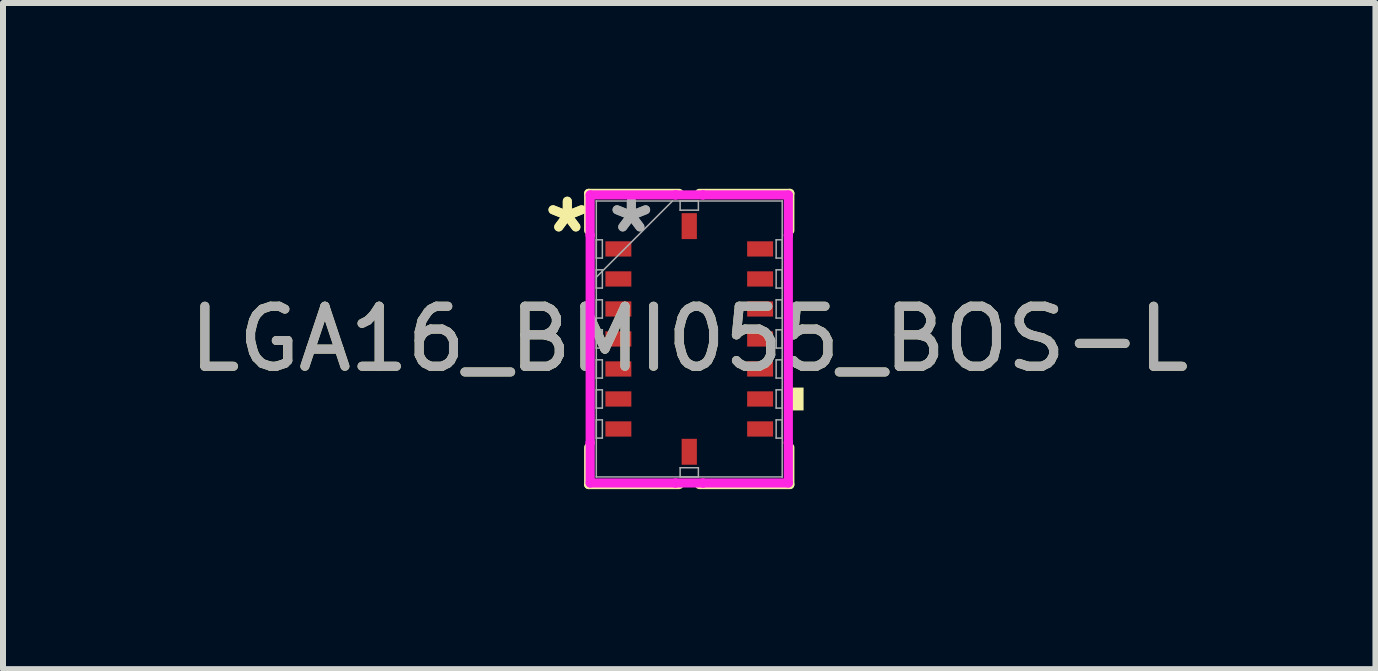
<source format=kicad_pcb>
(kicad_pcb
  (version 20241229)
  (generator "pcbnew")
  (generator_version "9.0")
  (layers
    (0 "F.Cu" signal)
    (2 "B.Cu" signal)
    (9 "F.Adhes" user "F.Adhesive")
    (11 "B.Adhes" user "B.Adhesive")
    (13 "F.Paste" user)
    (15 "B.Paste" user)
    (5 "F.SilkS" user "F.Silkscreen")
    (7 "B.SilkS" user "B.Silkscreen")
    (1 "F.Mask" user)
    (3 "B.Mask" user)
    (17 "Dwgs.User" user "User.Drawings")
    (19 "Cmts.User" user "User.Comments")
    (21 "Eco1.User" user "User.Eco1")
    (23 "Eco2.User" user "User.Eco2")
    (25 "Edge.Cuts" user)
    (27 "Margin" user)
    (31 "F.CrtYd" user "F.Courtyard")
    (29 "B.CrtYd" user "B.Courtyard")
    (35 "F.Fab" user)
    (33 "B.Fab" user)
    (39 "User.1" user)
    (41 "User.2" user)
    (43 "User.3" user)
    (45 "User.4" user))
  (footprint "LGA16_BMI055_BOS-L"
    (layer "F.Cu")
    (at 8.435 2.598)
    (property "Reference" "LGA16_BMI055_BOS-L" (at 0 0 0) (unlocked yes) (layer "F.SilkS") (effects (font (size 1 1) (thickness 0.15))))
    (attr smd)
    (fp_line (start -1.676 -2.426) (end -1.676 -1.808) (stroke (width 0.152) (type solid)) (layer "F.SilkS"))
    (fp_line (start -1.676 1.808) (end -1.676 2.426) (stroke (width 0.152) (type solid)) (layer "F.SilkS"))
    (fp_line (start -1.676 2.426) (end -0.168 2.426) (stroke (width 0.152) (type solid)) (layer "F.SilkS"))
    (fp_line (start -0.168 -2.426) (end -1.676 -2.426) (stroke (width 0.152) (type solid)) (layer "F.SilkS"))
    (fp_line (start 0.168 2.426) (end 1.676 2.426) (stroke (width 0.152) (type solid)) (layer "F.SilkS"))
    (fp_line (start 1.676 -2.426) (end 0.168 -2.426) (stroke (width 0.152) (type solid)) (layer "F.SilkS"))
    (fp_line (start 1.676 -1.808) (end 1.676 -2.426) (stroke (width 0.152) (type solid)) (layer "F.SilkS"))
    (fp_line (start 1.676 2.426) (end 1.676 1.808) (stroke (width 0.152) (type solid)) (layer "F.SilkS"))
    (fp_poly (pts (xy 1.905 0.81) (xy 1.905 1.191) (xy 1.651 1.191) (xy 1.651 0.81)) (stroke (width 0) (type solid)) (fill yes) (layer "F.SilkS"))
    (fp_line (start -1.651 -2.4) (end -0.229 -2.4) (stroke (width 0.152) (type solid)) (layer "F.CrtYd"))
    (fp_line (start -1.651 -1.729) (end -1.651 -2.4) (stroke (width 0.152) (type solid)) (layer "F.CrtYd"))
    (fp_line (start -1.651 -1.729) (end -1.651 -1.729) (stroke (width 0.152) (type solid)) (layer "F.CrtYd"))
    (fp_line (start -1.651 1.729) (end -1.651 -1.729) (stroke (width 0.152) (type solid)) (layer "F.CrtYd"))
    (fp_line (start -1.651 1.729) (end -1.651 1.729) (stroke (width 0.152) (type solid)) (layer "F.CrtYd"))
    (fp_line (start -1.651 2.4) (end -1.651 1.729) (stroke (width 0.152) (type solid)) (layer "F.CrtYd"))
    (fp_line (start -0.229 -2.4) (end -0.229 -2.4) (stroke (width 0.152) (type solid)) (layer "F.CrtYd"))
    (fp_line (start -0.229 -2.4) (end 0.229 -2.4) (stroke (width 0.152) (type solid)) (layer "F.CrtYd"))
    (fp_line (start -0.229 2.4) (end -1.651 2.4) (stroke (width 0.152) (type solid)) (layer "F.CrtYd"))
    (fp_line (start -0.229 2.4) (end -0.229 2.4) (stroke (width 0.152) (type solid)) (layer "F.CrtYd"))
    (fp_line (start 0.229 -2.4) (end 0.229 -2.4) (stroke (width 0.152) (type solid)) (layer "F.CrtYd"))
    (fp_line (start 0.229 -2.4) (end 1.651 -2.4) (stroke (width 0.152) (type solid)) (layer "F.CrtYd"))
    (fp_line (start 0.229 2.4) (end -0.229 2.4) (stroke (width 0.152) (type solid)) (layer "F.CrtYd"))
    (fp_line (start 0.229 2.4) (end 0.229 2.4) (stroke (width 0.152) (type solid)) (layer "F.CrtYd"))
    (fp_line (start 1.651 -2.4) (end 1.651 -1.729) (stroke (width 0.152) (type solid)) (layer "F.CrtYd"))
    (fp_line (start 1.651 -1.729) (end 1.651 -1.729) (stroke (width 0.152) (type solid)) (layer "F.CrtYd"))
    (fp_line (start 1.651 -1.729) (end 1.651 1.729) (stroke (width 0.152) (type solid)) (layer "F.CrtYd"))
    (fp_line (start 1.651 1.729) (end 1.651 1.729) (stroke (width 0.152) (type solid)) (layer "F.CrtYd"))
    (fp_line (start 1.651 1.729) (end 1.651 2.4) (stroke (width 0.152) (type solid)) (layer "F.CrtYd"))
    (fp_line (start 1.651 2.4) (end 0.229 2.4) (stroke (width 0.152) (type solid)) (layer "F.CrtYd"))
    (fp_line (start -1.549 -2.299) (end -1.549 -2.299) (stroke (width 0.025) (type solid)) (layer "F.Fab"))
    (fp_line (start -1.549 -2.299) (end -1.549 2.299) (stroke (width 0.025) (type solid)) (layer "F.Fab"))
    (fp_line (start -1.549 -1.652) (end -1.448 -1.652) (stroke (width 0.025) (type solid)) (layer "F.Fab"))
    (fp_line (start -1.549 -1.348) (end -1.549 -1.652) (stroke (width 0.025) (type solid)) (layer "F.Fab"))
    (fp_line (start -1.549 -1.152) (end -1.448 -1.152) (stroke (width 0.025) (type solid)) (layer "F.Fab"))
    (fp_line (start -1.549 -1.029) (end -0.279 -2.299) (stroke (width 0.025) (type solid)) (layer "F.Fab"))
    (fp_line (start -1.549 -0.848) (end -1.549 -1.152) (stroke (width 0.025) (type solid)) (layer "F.Fab"))
    (fp_line (start -1.549 -0.652) (end -1.448 -0.652) (stroke (width 0.025) (type solid)) (layer "F.Fab"))
    (fp_line (start -1.549 -0.348) (end -1.549 -0.652) (stroke (width 0.025) (type solid)) (layer "F.Fab"))
    (fp_line (start -1.549 -0.152) (end -1.448 -0.152) (stroke (width 0.025) (type solid)) (layer "F.Fab"))
    (fp_line (start -1.549 0.152) (end -1.549 -0.152) (stroke (width 0.025) (type solid)) (layer "F.Fab"))
    (fp_line (start -1.549 0.348) (end -1.448 0.348) (stroke (width 0.025) (type solid)) (layer "F.Fab"))
    (fp_line (start -1.549 0.652) (end -1.549 0.348) (stroke (width 0.025) (type solid)) (layer "F.Fab"))
    (fp_line (start -1.549 0.848) (end -1.448 0.848) (stroke (width 0.025) (type solid)) (layer "F.Fab"))
    (fp_line (start -1.549 1.152) (end -1.549 0.848) (stroke (width 0.025) (type solid)) (layer "F.Fab"))
    (fp_line (start -1.549 1.348) (end -1.448 1.348) (stroke (width 0.025) (type solid)) (layer "F.Fab"))
    (fp_line (start -1.549 1.652) (end -1.549 1.348) (stroke (width 0.025) (type solid)) (layer "F.Fab"))
    (fp_line (start -1.549 2.299) (end -1.549 2.299) (stroke (width 0.025) (type solid)) (layer "F.Fab"))
    (fp_line (start -1.549 2.299) (end 1.549 2.299) (stroke (width 0.025) (type solid)) (layer "F.Fab"))
    (fp_line (start -1.448 -1.652) (end -1.448 -1.348) (stroke (width 0.025) (type solid)) (layer "F.Fab"))
    (fp_line (start -1.448 -1.348) (end -1.549 -1.348) (stroke (width 0.025) (type solid)) (layer "F.Fab"))
    (fp_line (start -1.448 -1.152) (end -1.448 -0.848) (stroke (width 0.025) (type solid)) (layer "F.Fab"))
    (fp_line (start -1.448 -0.848) (end -1.549 -0.848) (stroke (width 0.025) (type solid)) (layer "F.Fab"))
    (fp_line (start -1.448 -0.652) (end -1.448 -0.348) (stroke (width 0.025) (type solid)) (layer "F.Fab"))
    (fp_line (start -1.448 -0.348) (end -1.549 -0.348) (stroke (width 0.025) (type solid)) (layer "F.Fab"))
    (fp_line (start -1.448 -0.152) (end -1.448 0.152) (stroke (width 0.025) (type solid)) (layer "F.Fab"))
    (fp_line (start -1.448 0.152) (end -1.549 0.152) (stroke (width 0.025) (type solid)) (layer "F.Fab"))
    (fp_line (start -1.448 0.348) (end -1.448 0.652) (stroke (width 0.025) (type solid)) (layer "F.Fab"))
    (fp_line (start -1.448 0.652) (end -1.549 0.652) (stroke (width 0.025) (type solid)) (layer "F.Fab"))
    (fp_line (start -1.448 0.848) (end -1.448 1.152) (stroke (width 0.025) (type solid)) (layer "F.Fab"))
    (fp_line (start -1.448 1.152) (end -1.549 1.152) (stroke (width 0.025) (type solid)) (layer "F.Fab"))
    (fp_line (start -1.448 1.348) (end -1.448 1.652) (stroke (width 0.025) (type solid)) (layer "F.Fab"))
    (fp_line (start -1.448 1.652) (end -1.549 1.652) (stroke (width 0.025) (type solid)) (layer "F.Fab"))
    (fp_line (start -0.152 -2.299) (end 0.152 -2.299) (stroke (width 0.025) (type solid)) (layer "F.Fab"))
    (fp_line (start -0.152 -2.146) (end -0.152 -2.299) (stroke (width 0.025) (type solid)) (layer "F.Fab"))
    (fp_line (start -0.152 2.146) (end 0.152 2.146) (stroke (width 0.025) (type solid)) (layer "F.Fab"))
    (fp_line (start -0.152 2.299) (end -0.152 2.146) (stroke (width 0.025) (type solid)) (layer "F.Fab"))
    (fp_line (start 0.152 -2.299) (end 0.152 -2.146) (stroke (width 0.025) (type solid)) (layer "F.Fab"))
    (fp_line (start 0.152 -2.146) (end -0.152 -2.146) (stroke (width 0.025) (type solid)) (layer "F.Fab"))
    (fp_line (start 0.152 2.146) (end 0.152 2.299) (stroke (width 0.025) (type solid)) (layer "F.Fab"))
    (fp_line (start 0.152 2.299) (end -0.152 2.299) (stroke (width 0.025) (type solid)) (layer "F.Fab"))
    (fp_line (start 1.448 -1.652) (end 1.549 -1.652) (stroke (width 0.025) (type solid)) (layer "F.Fab"))
    (fp_line (start 1.448 -1.348) (end 1.448 -1.652) (stroke (width 0.025) (type solid)) (layer "F.Fab"))
    (fp_line (start 1.448 -1.152) (end 1.549 -1.152) (stroke (width 0.025) (type solid)) (layer "F.Fab"))
    (fp_line (start 1.448 -0.848) (end 1.448 -1.152) (stroke (width 0.025) (type solid)) (layer "F.Fab"))
    (fp_line (start 1.448 -0.652) (end 1.549 -0.652) (stroke (width 0.025) (type solid)) (layer "F.Fab"))
    (fp_line (start 1.448 -0.348) (end 1.448 -0.652) (stroke (width 0.025) (type solid)) (layer "F.Fab"))
    (fp_line (start 1.448 -0.152) (end 1.549 -0.152) (stroke (width 0.025) (type solid)) (layer "F.Fab"))
    (fp_line (start 1.448 0.152) (end 1.448 -0.152) (stroke (width 0.025) (type solid)) (layer "F.Fab"))
    (fp_line (start 1.448 0.348) (end 1.549 0.348) (stroke (width 0.025) (type solid)) (layer "F.Fab"))
    (fp_line (start 1.448 0.652) (end 1.448 0.348) (stroke (width 0.025) (type solid)) (layer "F.Fab"))
    (fp_line (start 1.448 0.848) (end 1.549 0.848) (stroke (width 0.025) (type solid)) (layer "F.Fab"))
    (fp_line (start 1.448 1.152) (end 1.448 0.848) (stroke (width 0.025) (type solid)) (layer "F.Fab"))
    (fp_line (start 1.448 1.348) (end 1.549 1.348) (stroke (width 0.025) (type solid)) (layer "F.Fab"))
    (fp_line (start 1.448 1.652) (end 1.448 1.348) (stroke (width 0.025) (type solid)) (layer "F.Fab"))
    (fp_line (start 1.549 -2.299) (end -1.549 -2.299) (stroke (width 0.025) (type solid)) (layer "F.Fab"))
    (fp_line (start 1.549 -2.299) (end 1.549 -2.299) (stroke (width 0.025) (type solid)) (layer "F.Fab"))
    (fp_line (start 1.549 -1.652) (end 1.549 -1.348) (stroke (width 0.025) (type solid)) (layer "F.Fab"))
    (fp_line (start 1.549 -1.348) (end 1.448 -1.348) (stroke (width 0.025) (type solid)) (layer "F.Fab"))
    (fp_line (start 1.549 -1.152) (end 1.549 -0.848) (stroke (width 0.025) (type solid)) (layer "F.Fab"))
    (fp_line (start 1.549 -0.848) (end 1.448 -0.848) (stroke (width 0.025) (type solid)) (layer "F.Fab"))
    (fp_line (start 1.549 -0.652) (end 1.549 -0.348) (stroke (width 0.025) (type solid)) (layer "F.Fab"))
    (fp_line (start 1.549 -0.348) (end 1.448 -0.348) (stroke (width 0.025) (type solid)) (layer "F.Fab"))
    (fp_line (start 1.549 -0.152) (end 1.549 0.152) (stroke (width 0.025) (type solid)) (layer "F.Fab"))
    (fp_line (start 1.549 0.152) (end 1.448 0.152) (stroke (width 0.025) (type solid)) (layer "F.Fab"))
    (fp_line (start 1.549 0.348) (end 1.549 0.652) (stroke (width 0.025) (type solid)) (layer "F.Fab"))
    (fp_line (start 1.549 0.652) (end 1.448 0.652) (stroke (width 0.025) (type solid)) (layer "F.Fab"))
    (fp_line (start 1.549 0.848) (end 1.549 1.152) (stroke (width 0.025) (type solid)) (layer "F.Fab"))
    (fp_line (start 1.549 1.152) (end 1.448 1.152) (stroke (width 0.025) (type solid)) (layer "F.Fab"))
    (fp_line (start 1.549 1.348) (end 1.549 1.652) (stroke (width 0.025) (type solid)) (layer "F.Fab"))
    (fp_line (start 1.549 1.652) (end 1.448 1.652) (stroke (width 0.025) (type solid)) (layer "F.Fab"))
    (fp_line (start 1.549 2.299) (end 1.549 -2.299) (stroke (width 0.025) (type solid)) (layer "F.Fab"))
    (fp_line (start 1.549 2.299) (end 1.549 2.299) (stroke (width 0.025) (type solid)) (layer "F.Fab"))
    (fp_text user "*" (at -2.032 -1.75 0) (layer "F.SilkS") (effects (font (size 1 1) (thickness 0.15))))
    (fp_text user "*" (at -2.032 -1.75 0) (unlocked yes) (layer "F.SilkS") (effects (font (size 1 1) (thickness 0.15))))
    (fp_text user "${REFERENCE}" (at 0 0 0) (unlocked yes) (layer "F.Fab") (effects (font (size 1 1) (thickness 0.15))))
    (fp_text user "*" (at -0.965 -1.75 0) (unlocked yes) (layer "F.Fab") (effects (font (size 1 1) (thickness 0.15))))
    (fp_text user "*" (at -0.965 -1.75 0) (layer "F.Fab") (effects (font (size 1 1) (thickness 0.15))))
    (pad "1" smd rect (at -1.181 -1.5 90) (size 0.254 0.432) (layers "F.Cu" "F.Mask" "F.Paste"))
    (pad "2" smd rect (at -1.181 -1 90) (size 0.254 0.432) (layers "F.Cu" "F.Mask" "F.Paste"))
    (pad "3" smd rect (at -1.181 -0.5 90) (size 0.254 0.432) (layers "F.Cu" "F.Mask" "F.Paste"))
    (pad "4" smd rect (at -1.181 0 90) (size 0.254 0.432) (layers "F.Cu" "F.Mask" "F.Paste"))
    (pad "5" smd rect (at -1.181 0.5 90) (size 0.254 0.432) (layers "F.Cu" "F.Mask" "F.Paste"))
    (pad "6" smd rect (at -1.181 1 90) (size 0.254 0.432) (layers "F.Cu" "F.Mask" "F.Paste"))
    (pad "7" smd rect (at -1.181 1.5 90) (size 0.254 0.432) (layers "F.Cu" "F.Mask" "F.Paste"))
    (pad "8" smd rect (at 0 1.88) (size 0.254 0.432) (layers "F.Cu" "F.Mask" "F.Paste"))
    (pad "9" smd rect (at 1.181 1.5 90) (size 0.254 0.432) (layers "F.Cu" "F.Mask" "F.Paste"))
    (pad "10" smd rect (at 1.181 1 90) (size 0.254 0.432) (layers "F.Cu" "F.Mask" "F.Paste"))
    (pad "11" smd rect (at 1.181 0.5 90) (size 0.254 0.432) (layers "F.Cu" "F.Mask" "F.Paste"))
    (pad "12" smd rect (at 1.181 0 90) (size 0.254 0.432) (layers "F.Cu" "F.Mask" "F.Paste"))
    (pad "13" smd rect (at 1.181 -0.5 90) (size 0.254 0.432) (layers "F.Cu" "F.Mask" "F.Paste"))
    (pad "14" smd rect (at 1.181 -1 90) (size 0.254 0.432) (layers "F.Cu" "F.Mask" "F.Paste"))
    (pad "15" smd rect (at 1.181 -1.5 90) (size 0.254 0.432) (layers "F.Cu" "F.Mask" "F.Paste"))
    (pad "16" smd rect (at 0 -1.88) (size 0.254 0.432) (layers "F.Cu" "F.Mask" "F.Paste")))
  (gr_rect
    (start -3 -3)
    (end 19.869 8.1)
    (stroke (width 0.1) (type default))
    (fill no)
    (layer "Edge.Cuts")))
</source>
